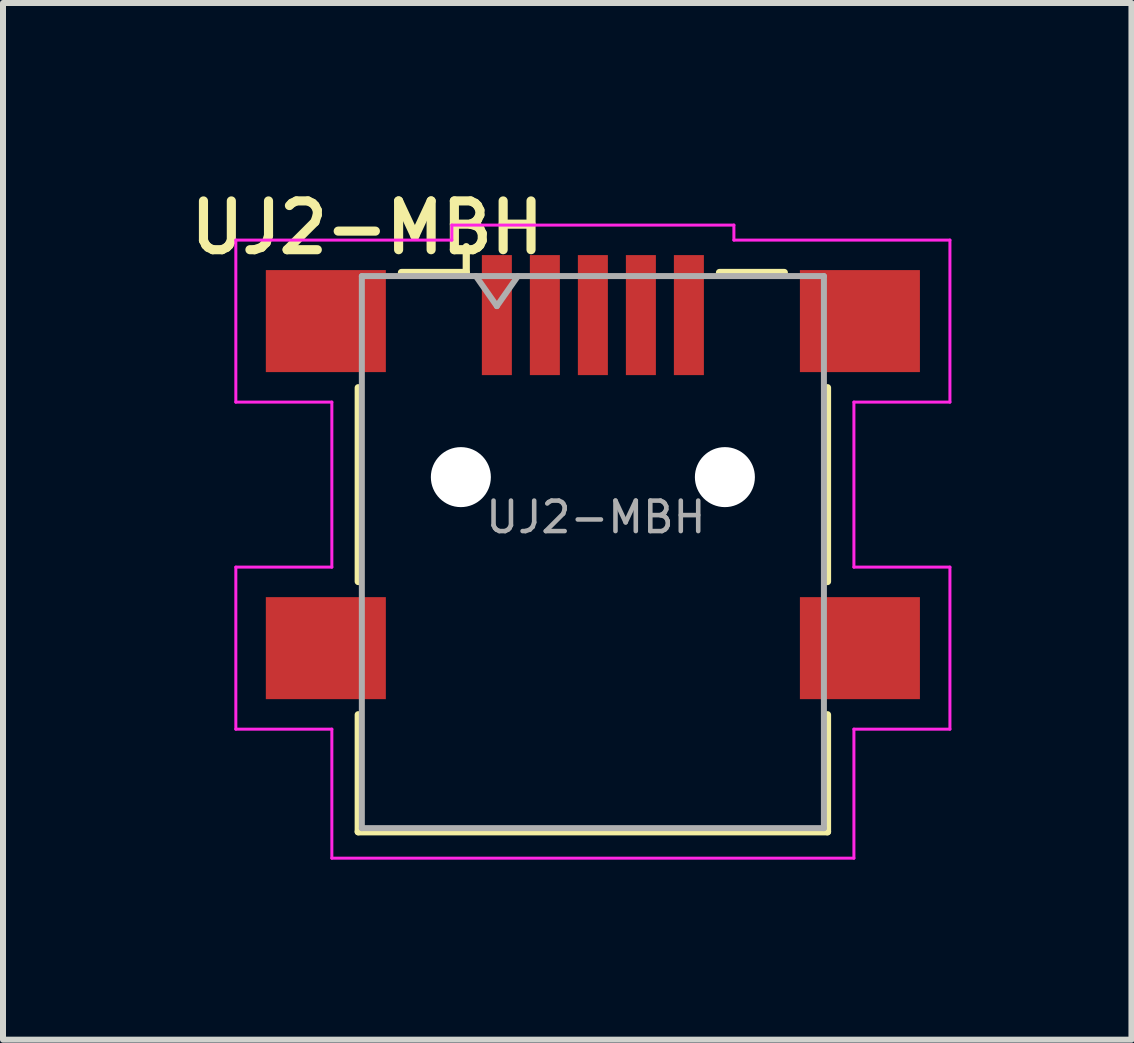
<source format=kicad_pcb>
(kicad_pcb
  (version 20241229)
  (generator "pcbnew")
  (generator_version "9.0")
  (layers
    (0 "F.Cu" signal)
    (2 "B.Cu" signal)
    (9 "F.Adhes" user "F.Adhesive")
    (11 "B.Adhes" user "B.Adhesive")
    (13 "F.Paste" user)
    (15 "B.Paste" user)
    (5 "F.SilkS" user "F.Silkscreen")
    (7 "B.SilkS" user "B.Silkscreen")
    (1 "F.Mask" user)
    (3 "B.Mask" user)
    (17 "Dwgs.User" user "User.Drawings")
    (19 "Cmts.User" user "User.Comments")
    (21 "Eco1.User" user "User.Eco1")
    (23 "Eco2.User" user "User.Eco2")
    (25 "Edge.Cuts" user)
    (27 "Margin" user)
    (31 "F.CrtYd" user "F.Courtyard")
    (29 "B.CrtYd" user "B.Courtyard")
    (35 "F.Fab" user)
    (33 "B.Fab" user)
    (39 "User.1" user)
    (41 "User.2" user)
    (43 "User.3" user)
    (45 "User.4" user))
  (footprint "UJ2-MBH"
    (layer "F.Cu")
    (at 6.83 4.901)
    (property "Reference" "UJ2-MBH" (at -3.76 -4.158 0) (layer "F.SilkS") (effects (font (size 0.813 0.813) (thickness 0.152))))
    (attr smd)
    (fp_line (start -3.91 1.74) (end -3.91 -1.49) (stroke (width 0.12) (type solid)) (layer "F.SilkS"))
    (fp_line (start -3.91 5.91) (end -3.91 3.96) (stroke (width 0.12) (type solid)) (layer "F.SilkS"))
    (fp_line (start -3.19 -3.41) (end -2.11 -3.41) (stroke (width 0.12) (type solid)) (layer "F.SilkS"))
    (fp_line (start -2.11 -3.41) (end -2.11 -3.84) (stroke (width 0.12) (type solid)) (layer "F.SilkS"))
    (fp_line (start 2.11 -3.41) (end 3.19 -3.41) (stroke (width 0.12) (type solid)) (layer "F.SilkS"))
    (fp_line (start 3.91 1.74) (end 3.91 -1.49) (stroke (width 0.12) (type solid)) (layer "F.SilkS"))
    (fp_line (start 3.91 5.91) (end -3.91 5.91) (stroke (width 0.12) (type solid)) (layer "F.SilkS"))
    (fp_line (start 3.91 5.91) (end 3.91 3.96) (stroke (width 0.12) (type solid)) (layer "F.SilkS"))
    (fp_line (start -5.95 -3.95) (end -5.95 -1.25) (stroke (width 0.05) (type solid)) (layer "F.CrtYd"))
    (fp_line (start -5.95 -3.95) (end -2.35 -3.95) (stroke (width 0.05) (type solid)) (layer "F.CrtYd"))
    (fp_line (start -5.95 1.5) (end -5.95 4.2) (stroke (width 0.05) (type solid)) (layer "F.CrtYd"))
    (fp_line (start -4.35 -1.25) (end -5.95 -1.25) (stroke (width 0.05) (type solid)) (layer "F.CrtYd"))
    (fp_line (start -4.35 -1.25) (end -4.35 1.5) (stroke (width 0.05) (type solid)) (layer "F.CrtYd"))
    (fp_line (start -4.35 1.5) (end -5.95 1.5) (stroke (width 0.05) (type solid)) (layer "F.CrtYd"))
    (fp_line (start -4.35 4.2) (end -5.95 4.2) (stroke (width 0.05) (type solid)) (layer "F.CrtYd"))
    (fp_line (start -4.35 6.35) (end -4.35 4.2) (stroke (width 0.05) (type solid)) (layer "F.CrtYd"))
    (fp_line (start -4.35 6.35) (end 4.35 6.35) (stroke (width 0.05) (type solid)) (layer "F.CrtYd"))
    (fp_line (start -2.35 -3.95) (end -2.35 -4.2) (stroke (width 0.05) (type solid)) (layer "F.CrtYd"))
    (fp_line (start 2.35 -4.2) (end -2.35 -4.2) (stroke (width 0.05) (type solid)) (layer "F.CrtYd"))
    (fp_line (start 2.35 -3.95) (end 2.35 -4.2) (stroke (width 0.05) (type solid)) (layer "F.CrtYd"))
    (fp_line (start 4.35 -1.25) (end 4.35 1.5) (stroke (width 0.05) (type solid)) (layer "F.CrtYd"))
    (fp_line (start 4.35 -1.25) (end 5.95 -1.25) (stroke (width 0.05) (type solid)) (layer "F.CrtYd"))
    (fp_line (start 4.35 1.5) (end 5.95 1.5) (stroke (width 0.05) (type solid)) (layer "F.CrtYd"))
    (fp_line (start 4.35 4.2) (end 5.95 4.2) (stroke (width 0.05) (type solid)) (layer "F.CrtYd"))
    (fp_line (start 4.35 6.35) (end 4.35 4.2) (stroke (width 0.05) (type solid)) (layer "F.CrtYd"))
    (fp_line (start 5.95 -3.95) (end 2.35 -3.95) (stroke (width 0.05) (type solid)) (layer "F.CrtYd"))
    (fp_line (start 5.95 -3.95) (end 5.95 -1.25) (stroke (width 0.05) (type solid)) (layer "F.CrtYd"))
    (fp_line (start 5.95 1.5) (end 5.95 4.2) (stroke (width 0.05) (type solid)) (layer "F.CrtYd"))
    (fp_line (start -3.85 -3.35) (end -3.85 5.85) (stroke (width 0.1) (type solid)) (layer "F.Fab"))
    (fp_line (start -3.85 -3.35) (end 3.85 -3.35) (stroke (width 0.1) (type solid)) (layer "F.Fab"))
    (fp_line (start -3.85 5.85) (end 3.85 5.85) (stroke (width 0.1) (type solid)) (layer "F.Fab"))
    (fp_line (start -1.95 -3.35) (end -1.6 -2.85) (stroke (width 0.1) (type solid)) (layer "F.Fab"))
    (fp_line (start -1.6 -2.85) (end -1.25 -3.35) (stroke (width 0.1) (type solid)) (layer "F.Fab"))
    (fp_line (start 3.85 5.85) (end 3.85 -3.35) (stroke (width 0.1) (type solid)) (layer "F.Fab"))
    (fp_text user "${REFERENCE}" (at 0.05 0.668 180) (layer "F.Fab") (effects (font (size 0.508 0.508) (thickness 0.076))))
    (pad "" np_thru_hole circle (at -2.2 0) (size 1 1) (drill 1) (layers "*.Cu" "*.Mask"))
    (pad "" np_thru_hole circle (at 2.2 0) (size 1 1) (drill 1) (layers "*.Cu" "*.Mask"))
    (pad "1" smd rect (at -1.6 -2.7) (size 0.5 2) (layers "F.Cu" "F.Mask" "F.Paste"))
    (pad "2" smd rect (at -0.8 -2.7) (size 0.5 2) (layers "F.Cu" "F.Mask" "F.Paste"))
    (pad "3" smd rect (at 0 -2.7) (size 0.5 2) (layers "F.Cu" "F.Mask" "F.Paste"))
    (pad "4" smd rect (at 0.8 -2.7) (size 0.5 2) (layers "F.Cu" "F.Mask" "F.Paste"))
    (pad "5" smd rect (at 1.6 -2.7) (size 0.5 2) (layers "F.Cu" "F.Mask" "F.Paste"))
    (pad "6" smd rect (at -4.45 -2.6) (size 2 1.7) (layers "F.Cu" "F.Mask" "F.Paste"))
    (pad "6" smd rect (at -4.45 2.85) (size 2 1.7) (layers "F.Cu" "F.Mask" "F.Paste"))
    (pad "6" smd rect (at 4.45 -2.6) (size 2 1.7) (layers "F.Cu" "F.Mask" "F.Paste"))
    (pad "6" smd rect (at 4.45 2.85) (size 2 1.7) (layers "F.Cu" "F.Mask" "F.Paste")))
  (gr_rect
    (start -3 -3)
    (end 15.805 14.276)
    (stroke (width 0.1) (type default))
    (fill no)
    (layer "Edge.Cuts")))
</source>
